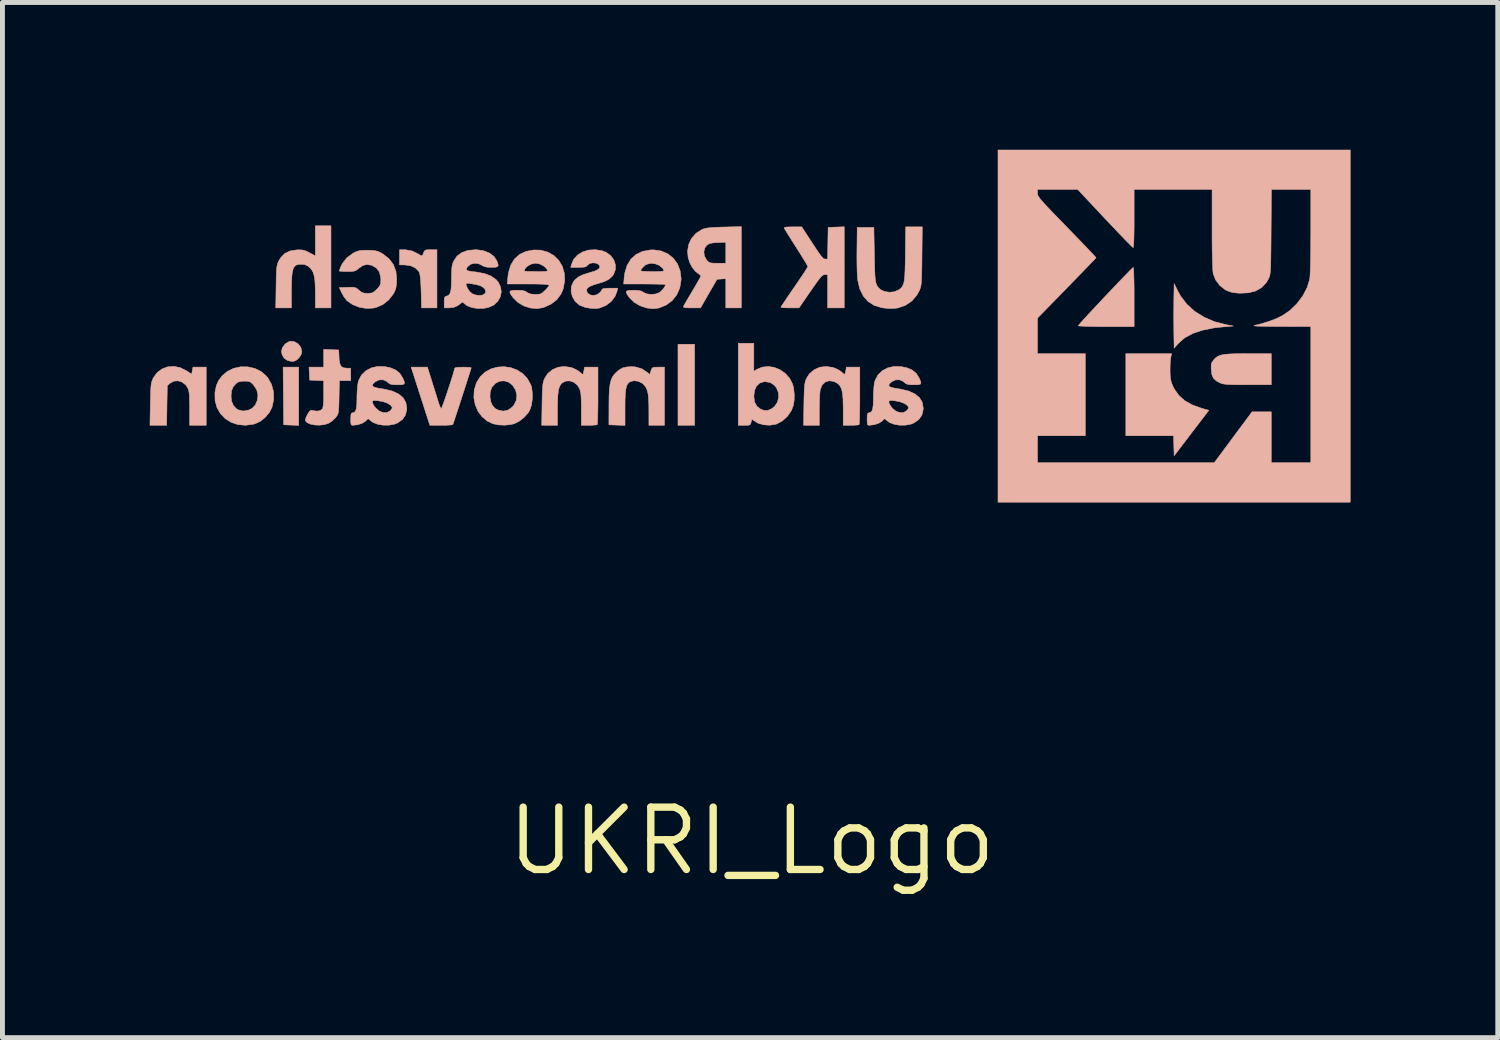
<source format=kicad_pcb>
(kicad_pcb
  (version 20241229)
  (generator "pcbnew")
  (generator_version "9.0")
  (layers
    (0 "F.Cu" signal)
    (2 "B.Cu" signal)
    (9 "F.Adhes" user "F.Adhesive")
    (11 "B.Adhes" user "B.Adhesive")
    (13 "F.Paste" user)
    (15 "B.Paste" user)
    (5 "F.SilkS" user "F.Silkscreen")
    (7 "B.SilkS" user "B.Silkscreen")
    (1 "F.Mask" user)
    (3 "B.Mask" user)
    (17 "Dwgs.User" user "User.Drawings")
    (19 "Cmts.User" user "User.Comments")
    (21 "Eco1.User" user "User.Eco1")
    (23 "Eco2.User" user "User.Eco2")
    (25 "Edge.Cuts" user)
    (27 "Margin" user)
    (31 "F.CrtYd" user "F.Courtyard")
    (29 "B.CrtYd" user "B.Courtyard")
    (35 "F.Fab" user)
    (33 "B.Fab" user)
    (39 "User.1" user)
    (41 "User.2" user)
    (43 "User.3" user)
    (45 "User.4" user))
  (footprint "UKRI_Logo"
    (layer "F.Cu")
    (at 12.264 3.582)
    (property "Reference" "UKRI_Logo" (at 0 10.5 0) (layer "F.SilkS") (effects (font (size 1.27 1.27) (thickness 0.15))))
    (attr through_hole)
    (fp_poly (pts (xy -1.503 2.032) (xy -1.164 2.032) (xy -1.164 0.381) (xy -1.503 0.381) (xy -1.503 2.032)) (stroke (width 0.01) (type solid)) (fill yes) (layer "B.SilkS"))
    (fp_poly (pts (xy -9.541 1.434) (xy -9.536 2.021) (xy -9.229 2.034) (xy -9.229 0.847) (xy -9.547 0.847) (xy -9.541 1.434)) (stroke (width 0.01) (type solid)) (fill yes) (layer "B.SilkS"))
    (fp_poly (pts (xy -9.436 0.331) (xy -9.492 0.366) (xy -9.508 0.379) (xy -9.562 0.45) (xy -9.58 0.526) (xy -9.566 0.6) (xy -9.525 0.664) (xy -9.461 0.71) (xy -9.378 0.73) (xy -9.319 0.725) (xy -9.267 0.699) (xy -9.215 0.647) (xy -9.177 0.585) (xy -9.165 0.537) (xy -9.184 0.448) (xy -9.237 0.376) (xy -9.313 0.33) (xy -9.388 0.318) (xy -9.436 0.331)) (stroke (width 0.01) (type solid)) (fill yes) (layer "B.SilkS"))
    (fp_poly (pts (xy 7.62 2.244) (xy 8.592 2.244) (xy 8.604 2.653) (xy 8.957 2.19) (xy 9.31 1.727) (xy 9.158 1.683) (xy 8.971 1.615) (xy 8.82 1.53) (xy 8.7 1.423) (xy 8.608 1.292) (xy 8.577 1.231) (xy 8.549 1.162) (xy 8.532 1.094) (xy 8.524 1.012) (xy 8.521 0.922) (xy 8.522 0.825) (xy 8.527 0.735) (xy 8.534 0.666) (xy 8.536 0.651) (xy 8.553 0.572) (xy 7.62 0.572) (xy 7.62 2.244)) (stroke (width 0.01) (type solid)) (fill yes) (layer "B.SilkS"))
    (fp_poly (pts (xy 8.598 -0.523) (xy 8.597 -0.371) (xy 8.596 -0.199) (xy 8.597 -0.027) (xy 8.598 0.125) (xy 8.598 0.135) (xy 8.604 0.46) (xy 8.696 0.357) (xy 8.819 0.25) (xy 8.979 0.163) (xy 9.176 0.096) (xy 9.411 0.048) (xy 9.61 0.026) (xy 9.811 0.009) (xy 9.664 -0.018) (xy 9.427 -0.079) (xy 9.213 -0.171) (xy 9.023 -0.29) (xy 8.862 -0.435) (xy 8.734 -0.604) (xy 8.685 -0.693) (xy 8.604 -0.855) (xy 8.598 -0.523)) (stroke (width 0.01) (type solid)) (fill yes) (layer "B.SilkS"))
    (fp_poly (pts (xy -6.609 -1.544) (xy -6.649 -1.536) (xy -6.67 -1.518) (xy -6.685 -1.482) (xy -6.685 -1.482) (xy -6.705 -1.435) (xy -6.727 -1.422) (xy -6.764 -1.439) (xy -6.791 -1.457) (xy -6.913 -1.518) (xy -7.052 -1.544) (xy -7.083 -1.545) (xy -7.176 -1.545) (xy -7.176 -1.237) (xy -7.061 -1.235) (xy -6.946 -1.218) (xy -6.851 -1.173) (xy -6.784 -1.105) (xy -6.773 -1.085) (xy -6.759 -1.032) (xy -6.747 -0.937) (xy -6.739 -0.801) (xy -6.735 -0.693) (xy -6.727 -0.36) (xy -6.413 -0.36) (xy -6.413 -1.545) (xy -6.538 -1.545) (xy -6.609 -1.544)) (stroke (width 0.01) (type solid)) (fill yes) (layer "B.SilkS"))
    (fp_poly (pts (xy 10.102 0.572) (xy 9.925 0.573) (xy 9.784 0.576) (xy 9.675 0.583) (xy 9.591 0.594) (xy 9.528 0.611) (xy 9.479 0.635) (xy 9.439 0.667) (xy 9.403 0.707) (xy 9.4 0.712) (xy 9.372 0.753) (xy 9.359 0.799) (xy 9.358 0.863) (xy 9.36 0.904) (xy 9.374 1.004) (xy 9.407 1.076) (xy 9.466 1.129) (xy 9.536 1.167) (xy 9.568 1.179) (xy 9.606 1.189) (xy 9.655 1.196) (xy 9.723 1.201) (xy 9.814 1.204) (xy 9.934 1.205) (xy 10.091 1.206) (xy 10.102 1.206) (xy 10.583 1.206) (xy 10.583 0.572) (xy 10.102 0.572)) (stroke (width 0.01) (type solid)) (fill yes) (layer "B.SilkS"))
    (fp_poly (pts (xy 7.754 -1.17) (xy 7.711 -1.129) (xy 7.648 -1.064) (xy 7.567 -0.981) (xy 7.473 -0.883) (xy 7.369 -0.774) (xy 7.26 -0.659) (xy 7.149 -0.542) (xy 7.041 -0.426) (xy 6.938 -0.316) (xy 6.845 -0.216) (xy 6.766 -0.13) (xy 6.705 -0.062) (xy 6.665 -0.016) (xy 6.65 0.003) (xy 6.668 0.008) (xy 6.724 0.012) (xy 6.811 0.016) (xy 6.926 0.019) (xy 7.062 0.021) (xy 7.216 0.021) (xy 7.789 0.021) (xy 7.789 -0.582) (xy 7.789 -0.737) (xy 7.787 -0.877) (xy 7.784 -0.997) (xy 7.781 -1.092) (xy 7.777 -1.156) (xy 7.772 -1.184) (xy 7.771 -1.185) (xy 7.754 -1.17)) (stroke (width 0.01) (type solid)) (fill yes) (layer "B.SilkS"))
    (fp_poly (pts (xy -11.897 0.84) (xy -12.013 0.883) (xy -12.113 0.958) (xy -12.19 1.064) (xy -12.194 1.073) (xy -12.211 1.11) (xy -12.224 1.148) (xy -12.233 1.192) (xy -12.24 1.251) (xy -12.245 1.33) (xy -12.248 1.436) (xy -12.251 1.577) (xy -12.252 1.603) (xy -12.259 2.032) (xy -11.919 2.032) (xy -11.913 1.628) (xy -11.906 1.224) (xy -11.847 1.173) (xy -11.77 1.132) (xy -11.685 1.126) (xy -11.601 1.154) (xy -11.529 1.211) (xy -11.487 1.276) (xy -11.472 1.314) (xy -11.463 1.363) (xy -11.456 1.432) (xy -11.453 1.527) (xy -11.451 1.655) (xy -11.451 1.691) (xy -11.451 2.032) (xy -11.113 2.032) (xy -11.113 0.847) (xy -11.383 0.847) (xy -11.397 0.919) (xy -11.41 0.991) (xy -11.514 0.921) (xy -11.64 0.858) (xy -11.77 0.831) (xy -11.897 0.84)) (stroke (width 0.01) (type solid)) (fill yes) (layer "B.SilkS"))
    (fp_poly (pts (xy -8.89 -1.42) (xy -9.012 -1.485) (xy -9.086 -1.521) (xy -9.148 -1.539) (xy -9.216 -1.543) (xy -9.273 -1.541) (xy -9.408 -1.519) (xy -9.514 -1.468) (xy -9.595 -1.384) (xy -9.634 -1.319) (xy -9.651 -1.282) (xy -9.664 -1.245) (xy -9.673 -1.201) (xy -9.68 -1.144) (xy -9.684 -1.066) (xy -9.687 -0.962) (xy -9.69 -0.823) (xy -9.69 -0.788) (xy -9.697 -0.36) (xy -9.377 -0.36) (xy -9.377 -0.683) (xy -9.375 -0.853) (xy -9.37 -0.986) (xy -9.359 -1.086) (xy -9.341 -1.158) (xy -9.314 -1.205) (xy -9.277 -1.233) (xy -9.229 -1.246) (xy -9.176 -1.249) (xy -9.102 -1.241) (xy -9.041 -1.211) (xy -9.009 -1.185) (xy -8.967 -1.139) (xy -8.935 -1.083) (xy -8.913 -1.009) (xy -8.899 -0.912) (xy -8.892 -0.785) (xy -8.89 -0.634) (xy -8.89 -0.36) (xy -8.572 -0.36) (xy -8.572 -2.032) (xy -8.89 -2.032) (xy -8.89 -1.42)) (stroke (width 0.01) (type solid)) (fill yes) (layer "B.SilkS"))
    (fp_poly (pts (xy -2.542 0.842) (xy -2.624 0.86) (xy -2.694 0.898) (xy -2.751 0.944) (xy -2.801 0.994) (xy -2.839 1.049) (xy -2.867 1.114) (xy -2.887 1.196) (xy -2.9 1.3) (xy -2.907 1.433) (xy -2.909 1.601) (xy -2.909 1.63) (xy -2.91 2.021) (xy -2.582 2.034) (xy -2.582 1.672) (xy -2.581 1.512) (xy -2.575 1.389) (xy -2.565 1.297) (xy -2.549 1.231) (xy -2.526 1.185) (xy -2.494 1.154) (xy -2.475 1.142) (xy -2.4 1.124) (xy -2.315 1.134) (xy -2.236 1.171) (xy -2.197 1.204) (xy -2.16 1.253) (xy -2.133 1.31) (xy -2.114 1.382) (xy -2.103 1.475) (xy -2.097 1.598) (xy -2.096 1.73) (xy -2.095 2.032) (xy -1.778 2.032) (xy -1.778 0.847) (xy -1.903 0.847) (xy -1.973 0.848) (xy -2.013 0.855) (xy -2.035 0.874) (xy -2.05 0.912) (xy -2.054 0.922) (xy -2.079 0.998) (xy -2.124 0.957) (xy -2.238 0.881) (xy -2.37 0.842) (xy -2.434 0.837) (xy -2.542 0.842)) (stroke (width 0.01) (type solid)) (fill yes) (layer "B.SilkS"))
    (fp_poly (pts (xy -8.721 0.847) (xy -9.019 0.847) (xy -9.013 0.979) (xy -9.006 1.111) (xy -8.864 1.118) (xy -8.721 1.124) (xy -8.721 1.394) (xy -8.722 1.524) (xy -8.728 1.617) (xy -8.738 1.676) (xy -8.749 1.703) (xy -8.795 1.733) (xy -8.863 1.743) (xy -8.94 1.731) (xy -8.947 1.729) (xy -8.977 1.724) (xy -9.004 1.742) (xy -9.036 1.787) (xy -9.049 1.809) (xy -9.079 1.87) (xy -9.094 1.919) (xy -9.094 1.938) (xy -9.057 1.978) (xy -8.99 2.008) (xy -8.903 2.025) (xy -8.806 2.029) (xy -8.709 2.018) (xy -8.623 1.992) (xy -8.623 1.992) (xy -8.554 1.948) (xy -8.489 1.889) (xy -8.475 1.872) (xy -8.452 1.841) (xy -8.435 1.812) (xy -8.424 1.777) (xy -8.417 1.729) (xy -8.412 1.661) (xy -8.409 1.564) (xy -8.407 1.457) (xy -8.4 1.122) (xy -8.17 1.122) (xy -8.17 0.868) (xy -8.252 0.868) (xy -8.319 0.86) (xy -8.364 0.831) (xy -8.391 0.777) (xy -8.405 0.689) (xy -8.407 0.645) (xy -8.414 0.497) (xy -8.567 0.491) (xy -8.721 0.485) (xy -8.721 0.847)) (stroke (width 0.01) (type solid)) (fill yes) (layer "B.SilkS"))
    (fp_poly (pts (xy -6.849 1.127) (xy -6.807 1.257) (xy -6.758 1.41) (xy -6.707 1.566) (xy -6.662 1.708) (xy -6.658 1.72) (xy -6.557 2.032) (xy -6.328 2.032) (xy -6.234 2.031) (xy -6.157 2.027) (xy -6.106 2.021) (xy -6.09 2.016) (xy -6.081 1.992) (xy -6.061 1.934) (xy -6.033 1.849) (xy -5.998 1.743) (xy -5.958 1.621) (xy -5.916 1.491) (xy -5.873 1.358) (xy -5.831 1.229) (xy -5.793 1.11) (xy -5.76 1.007) (xy -5.735 0.927) (xy -5.719 0.876) (xy -5.715 0.859) (xy -5.734 0.853) (xy -5.786 0.849) (xy -5.86 0.847) (xy -5.884 0.847) (xy -5.982 0.85) (xy -6.038 0.858) (xy -6.054 0.871) (xy -6.06 0.902) (xy -6.077 0.964) (xy -6.103 1.049) (xy -6.135 1.15) (xy -6.171 1.26) (xy -6.207 1.371) (xy -6.243 1.476) (xy -6.275 1.568) (xy -6.302 1.64) (xy -6.32 1.683) (xy -6.326 1.693) (xy -6.34 1.675) (xy -6.361 1.627) (xy -6.38 1.572) (xy -6.4 1.506) (xy -6.429 1.412) (xy -6.465 1.3) (xy -6.502 1.182) (xy -6.512 1.148) (xy -6.607 0.847) (xy -6.939 0.847) (xy -6.849 1.127)) (stroke (width 0.01) (type solid)) (fill yes) (layer "B.SilkS"))
    (fp_poly (pts (xy -5.177 0.845) (xy -5.308 0.881) (xy -5.427 0.945) (xy -5.528 1.037) (xy -5.605 1.158) (xy -5.61 1.169) (xy -5.654 1.316) (xy -5.661 1.464) (xy -5.635 1.609) (xy -5.579 1.742) (xy -5.494 1.857) (xy -5.384 1.948) (xy -5.276 1.999) (xy -5.164 2.023) (xy -5.035 2.029) (xy -4.91 2.017) (xy -4.834 1.998) (xy -4.73 1.944) (xy -4.63 1.863) (xy -4.549 1.768) (xy -4.525 1.728) (xy -4.49 1.628) (xy -4.471 1.505) (xy -4.469 1.417) (xy -4.786 1.417) (xy -4.797 1.524) (xy -4.846 1.622) (xy -4.879 1.66) (xy -4.966 1.722) (xy -5.062 1.743) (xy -5.164 1.722) (xy -5.224 1.691) (xy -5.28 1.634) (xy -5.317 1.55) (xy -5.333 1.452) (xy -5.328 1.353) (xy -5.298 1.265) (xy -5.293 1.255) (xy -5.224 1.178) (xy -5.138 1.134) (xy -5.044 1.126) (xy -4.952 1.154) (xy -4.875 1.214) (xy -4.812 1.311) (xy -4.786 1.417) (xy -4.469 1.417) (xy -4.469 1.377) (xy -4.484 1.26) (xy -4.498 1.213) (xy -4.568 1.084) (xy -4.663 0.981) (xy -4.778 0.906) (xy -4.906 0.858) (xy -5.041 0.838) (xy -5.177 0.845)) (stroke (width 0.01) (type solid)) (fill yes) (layer "B.SilkS"))
    (fp_poly (pts (xy -10.554 0.871) (xy -10.683 0.933) (xy -10.786 1.021) (xy -10.86 1.117) (xy -10.906 1.22) (xy -10.932 1.344) (xy -10.936 1.372) (xy -10.933 1.529) (xy -10.894 1.671) (xy -10.824 1.794) (xy -10.727 1.895) (xy -10.607 1.97) (xy -10.468 2.017) (xy -10.316 2.031) (xy -10.154 2.01) (xy -10.11 1.997) (xy -10.006 1.947) (xy -9.908 1.867) (xy -9.825 1.767) (xy -9.772 1.662) (xy -9.739 1.505) (xy -9.741 1.418) (xy -10.059 1.418) (xy -10.073 1.524) (xy -10.115 1.621) (xy -10.177 1.686) (xy -10.252 1.723) (xy -10.359 1.741) (xy -10.458 1.718) (xy -10.494 1.698) (xy -10.558 1.632) (xy -10.597 1.538) (xy -10.607 1.443) (xy -10.599 1.336) (xy -10.567 1.254) (xy -10.51 1.185) (xy -10.465 1.152) (xy -10.413 1.137) (xy -10.337 1.132) (xy -10.337 1.132) (xy -10.266 1.135) (xy -10.219 1.148) (xy -10.179 1.179) (xy -10.149 1.21) (xy -10.084 1.309) (xy -10.059 1.418) (xy -9.741 1.418) (xy -9.743 1.348) (xy -9.783 1.198) (xy -9.858 1.065) (xy -9.886 1.031) (xy -9.995 0.936) (xy -10.125 0.873) (xy -10.267 0.841) (xy -10.413 0.84) (xy -10.554 0.871)) (stroke (width 0.01) (type solid)) (fill yes) (layer "B.SilkS"))
    (fp_poly (pts (xy -0.275 2.032) (xy -0.151 2.032) (xy -0.081 2.031) (xy -0.043 2.024) (xy -0.024 2.006) (xy -0.014 1.971) (xy -0.013 1.965) (xy -0.002 1.922) (xy 0.013 1.913) (xy 0.038 1.933) (xy 0.128 1.989) (xy 0.241 2.021) (xy 0.364 2.03) (xy 0.485 2.011) (xy 0.511 2.003) (xy 0.626 1.941) (xy 0.727 1.847) (xy 0.806 1.733) (xy 0.846 1.632) (xy 0.864 1.523) (xy 0.865 1.464) (xy 0.548 1.464) (xy 0.522 1.562) (xy 0.467 1.646) (xy 0.401 1.697) (xy 0.325 1.729) (xy 0.259 1.731) (xy 0.183 1.704) (xy 0.182 1.704) (xy 0.105 1.645) (xy 0.058 1.557) (xy 0.042 1.441) (xy 0.042 1.44) (xy 0.057 1.322) (xy 0.098 1.231) (xy 0.164 1.171) (xy 0.251 1.144) (xy 0.275 1.143) (xy 0.376 1.16) (xy 0.457 1.213) (xy 0.502 1.268) (xy 0.542 1.362) (xy 0.548 1.464) (xy 0.865 1.464) (xy 0.866 1.395) (xy 0.852 1.271) (xy 0.833 1.195) (xy 0.773 1.076) (xy 0.685 0.977) (xy 0.578 0.901) (xy 0.459 0.852) (xy 0.334 0.833) (xy 0.212 0.847) (xy 0.11 0.889) (xy 0.042 0.931) (xy 0.042 0.36) (xy -0.275 0.36) (xy -0.275 2.032)) (stroke (width 0.01) (type solid)) (fill yes) (layer "B.SilkS"))
    (fp_poly (pts (xy 1.386 0.849) (xy 1.271 0.9) (xy 1.175 0.981) (xy 1.114 1.077) (xy 1.098 1.115) (xy 1.087 1.155) (xy 1.078 1.204) (xy 1.072 1.27) (xy 1.068 1.358) (xy 1.064 1.477) (xy 1.062 1.603) (xy 1.055 2.032) (xy 1.376 2.032) (xy 1.376 1.709) (xy 1.378 1.589) (xy 1.381 1.477) (xy 1.387 1.383) (xy 1.393 1.318) (xy 1.396 1.302) (xy 1.435 1.21) (xy 1.498 1.15) (xy 1.578 1.125) (xy 1.668 1.137) (xy 1.726 1.165) (xy 1.773 1.2) (xy 1.808 1.246) (xy 1.833 1.306) (xy 1.85 1.389) (xy 1.859 1.499) (xy 1.862 1.644) (xy 1.863 1.704) (xy 1.863 2.032) (xy 2.018 2.032) (xy 2.095 2.03) (xy 2.155 2.025) (xy 2.186 2.019) (xy 2.187 2.018) (xy 2.191 1.994) (xy 2.194 1.933) (xy 2.197 1.841) (xy 2.199 1.724) (xy 2.201 1.586) (xy 2.201 1.434) (xy 2.201 1.425) (xy 2.201 0.847) (xy 1.928 0.847) (xy 1.914 0.921) (xy 1.903 0.97) (xy 1.893 0.994) (xy 1.891 0.995) (xy 1.871 0.982) (xy 1.834 0.95) (xy 1.825 0.941) (xy 1.771 0.905) (xy 1.697 0.869) (xy 1.651 0.853) (xy 1.515 0.833) (xy 1.386 0.849)) (stroke (width 0.01) (type solid)) (fill yes) (layer "B.SilkS"))
    (fp_poly (pts (xy -3.948 0.849) (xy -4.063 0.9) (xy -4.159 0.981) (xy -4.22 1.077) (xy -4.236 1.115) (xy -4.247 1.155) (xy -4.256 1.204) (xy -4.262 1.27) (xy -4.266 1.358) (xy -4.27 1.477) (xy -4.272 1.603) (xy -4.279 2.032) (xy -3.958 2.032) (xy -3.958 1.709) (xy -3.956 1.549) (xy -3.95 1.426) (xy -3.94 1.333) (xy -3.924 1.264) (xy -3.901 1.214) (xy -3.871 1.177) (xy -3.863 1.169) (xy -3.789 1.131) (xy -3.706 1.127) (xy -3.625 1.155) (xy -3.554 1.212) (xy -3.511 1.279) (xy -3.496 1.32) (xy -3.485 1.368) (xy -3.478 1.431) (xy -3.474 1.517) (xy -3.472 1.634) (xy -3.472 1.699) (xy -3.471 2.032) (xy -3.316 2.032) (xy -3.239 2.03) (xy -3.179 2.025) (xy -3.148 2.019) (xy -3.147 2.018) (xy -3.143 1.994) (xy -3.14 1.933) (xy -3.137 1.841) (xy -3.135 1.724) (xy -3.133 1.586) (xy -3.133 1.434) (xy -3.133 1.425) (xy -3.133 0.847) (xy -3.406 0.847) (xy -3.42 0.921) (xy -3.431 0.97) (xy -3.441 0.994) (xy -3.443 0.995) (xy -3.463 0.982) (xy -3.5 0.95) (xy -3.509 0.941) (xy -3.563 0.905) (xy -3.637 0.869) (xy -3.683 0.853) (xy -3.819 0.833) (xy -3.948 0.849)) (stroke (width 0.01) (type solid)) (fill yes) (layer "B.SilkS"))
    (fp_poly (pts (xy 1.72 -2.006) (xy 1.556 -2) (xy 1.55 -1.677) (xy 1.544 -1.355) (xy 1.494 -1.355) (xy 1.472 -1.36) (xy 1.446 -1.38) (xy 1.412 -1.419) (xy 1.366 -1.481) (xy 1.305 -1.571) (xy 1.231 -1.683) (xy 1.018 -2.011) (xy 0.835 -2.011) (xy 0.744 -2.009) (xy 0.689 -2.005) (xy 0.664 -1.995) (xy 0.662 -1.983) (xy 0.677 -1.957) (xy 0.71 -1.902) (xy 0.76 -1.822) (xy 0.821 -1.725) (xy 0.891 -1.615) (xy 0.908 -1.588) (xy 0.979 -1.477) (xy 1.041 -1.377) (xy 1.091 -1.295) (xy 1.126 -1.235) (xy 1.142 -1.204) (xy 1.143 -1.202) (xy 1.131 -1.179) (xy 1.099 -1.128) (xy 1.049 -1.051) (xy 0.985 -0.956) (xy 0.911 -0.847) (xy 0.868 -0.784) (xy 0.789 -0.67) (xy 0.719 -0.567) (xy 0.662 -0.481) (xy 0.619 -0.417) (xy 0.596 -0.38) (xy 0.593 -0.373) (xy 0.612 -0.367) (xy 0.665 -0.363) (xy 0.74 -0.36) (xy 0.778 -0.36) (xy 0.963 -0.36) (xy 1.196 -0.699) (xy 1.278 -0.817) (xy 1.34 -0.904) (xy 1.387 -0.965) (xy 1.422 -1.004) (xy 1.45 -1.026) (xy 1.473 -1.036) (xy 1.487 -1.037) (xy 1.545 -1.037) (xy 1.545 -0.36) (xy 1.884 -0.36) (xy 1.884 -2.013) (xy 1.72 -2.006)) (stroke (width 0.01) (type solid)) (fill yes) (layer "B.SilkS"))
    (fp_poly (pts (xy -0.566 -2.007) (xy -0.704 -2.003) (xy -0.807 -1.998) (xy -0.883 -1.99) (xy -0.941 -1.981) (xy -0.987 -1.967) (xy -1.016 -1.955) (xy -1.136 -1.879) (xy -1.226 -1.776) (xy -1.285 -1.652) (xy -1.308 -1.514) (xy -1.296 -1.384) (xy -1.264 -1.283) (xy -1.213 -1.186) (xy -1.151 -1.107) (xy -1.092 -1.06) (xy -1.053 -1.032) (xy -1.037 -1.01) (xy -1.048 -0.986) (xy -1.076 -0.933) (xy -1.12 -0.856) (xy -1.173 -0.764) (xy -1.206 -0.71) (xy -1.265 -0.61) (xy -1.318 -0.522) (xy -1.358 -0.451) (xy -1.383 -0.406) (xy -1.388 -0.395) (xy -1.39 -0.378) (xy -1.375 -0.367) (xy -1.335 -0.362) (xy -1.263 -0.36) (xy -1.222 -0.36) (xy -1.043 -0.36) (xy -0.876 -0.651) (xy -0.708 -0.942) (xy -0.529 -0.955) (xy -0.529 -0.36) (xy -0.212 -0.36) (xy -0.212 -1.27) (xy -0.529 -1.27) (xy -0.697 -1.27) (xy -0.781 -1.271) (xy -0.835 -1.276) (xy -0.871 -1.289) (xy -0.899 -1.312) (xy -0.919 -1.335) (xy -0.964 -1.415) (xy -0.976 -1.502) (xy -0.955 -1.583) (xy -0.919 -1.631) (xy -0.884 -1.658) (xy -0.842 -1.675) (xy -0.781 -1.685) (xy -0.697 -1.69) (xy -0.529 -1.698) (xy -0.529 -1.27) (xy -0.212 -1.27) (xy -0.212 -2.016) (xy -0.566 -2.007)) (stroke (width 0.01) (type solid)) (fill yes) (layer "B.SilkS"))
    (fp_poly (pts (xy 3.129 -1.455) (xy 3.126 -1.272) (xy 3.122 -1.125) (xy 3.117 -1.011) (xy 3.108 -0.924) (xy 3.095 -0.86) (xy 3.077 -0.812) (xy 3.053 -0.776) (xy 3.021 -0.747) (xy 2.981 -0.72) (xy 2.978 -0.718) (xy 2.897 -0.687) (xy 2.802 -0.679) (xy 2.707 -0.694) (xy 2.629 -0.729) (xy 2.612 -0.742) (xy 2.582 -0.772) (xy 2.558 -0.801) (xy 2.54 -0.834) (xy 2.527 -0.878) (xy 2.517 -0.937) (xy 2.51 -1.018) (xy 2.505 -1.124) (xy 2.501 -1.262) (xy 2.498 -1.437) (xy 2.498 -1.439) (xy 2.487 -2) (xy 2.148 -2) (xy 2.143 -1.535) (xy 2.142 -1.388) (xy 2.143 -1.245) (xy 2.146 -1.116) (xy 2.151 -1.009) (xy 2.157 -0.934) (xy 2.159 -0.921) (xy 2.201 -0.745) (xy 2.271 -0.602) (xy 2.368 -0.491) (xy 2.492 -0.412) (xy 2.646 -0.364) (xy 2.762 -0.349) (xy 2.85 -0.348) (xy 2.935 -0.353) (xy 2.977 -0.359) (xy 3.13 -0.412) (xy 3.26 -0.5) (xy 3.363 -0.62) (xy 3.412 -0.709) (xy 3.426 -0.742) (xy 3.438 -0.775) (xy 3.446 -0.813) (xy 3.453 -0.862) (xy 3.458 -0.927) (xy 3.461 -1.014) (xy 3.464 -1.129) (xy 3.466 -1.276) (xy 3.467 -1.413) (xy 3.474 -2.011) (xy 3.135 -2.011) (xy 3.129 -1.455)) (stroke (width 0.01) (type solid)) (fill yes) (layer "B.SilkS"))
    (fp_poly (pts (xy -3.324 -1.538) (xy -3.447 -1.5) (xy -3.551 -1.435) (xy -3.629 -1.347) (xy -3.673 -1.244) (xy -3.688 -1.185) (xy -3.532 -1.185) (xy -3.447 -1.187) (xy -3.395 -1.194) (xy -3.365 -1.208) (xy -3.351 -1.225) (xy -3.307 -1.262) (xy -3.245 -1.277) (xy -3.179 -1.273) (xy -3.124 -1.249) (xy -3.097 -1.216) (xy -3.098 -1.176) (xy -3.134 -1.141) (xy -3.208 -1.107) (xy -3.298 -1.08) (xy -3.429 -1.04) (xy -3.526 -0.994) (xy -3.597 -0.938) (xy -3.635 -0.89) (xy -3.675 -0.795) (xy -3.681 -0.691) (xy -3.654 -0.588) (xy -3.599 -0.495) (xy -3.517 -0.422) (xy -3.49 -0.407) (xy -3.389 -0.37) (xy -3.271 -0.349) (xy -3.158 -0.348) (xy -3.099 -0.357) (xy -2.969 -0.41) (xy -2.861 -0.493) (xy -2.783 -0.599) (xy -2.743 -0.704) (xy -2.73 -0.762) (xy -2.889 -0.762) (xy -2.973 -0.759) (xy -3.029 -0.751) (xy -3.048 -0.74) (xy -3.062 -0.711) (xy -3.095 -0.67) (xy -3.1 -0.666) (xy -3.16 -0.627) (xy -3.228 -0.614) (xy -3.292 -0.625) (xy -3.341 -0.657) (xy -3.365 -0.709) (xy -3.365 -0.721) (xy -3.352 -0.759) (xy -3.307 -0.794) (xy -3.228 -0.827) (xy -3.131 -0.856) (xy -3.001 -0.897) (xy -2.906 -0.946) (xy -2.839 -1.008) (xy -2.815 -1.042) (xy -2.778 -1.14) (xy -2.778 -1.241) (xy -2.811 -1.339) (xy -2.875 -1.425) (xy -2.964 -1.491) (xy -3.043 -1.523) (xy -3.187 -1.546) (xy -3.324 -1.538)) (stroke (width 0.01) (type solid)) (fill yes) (layer "B.SilkS"))
    (fp_poly (pts (xy -7.926 -1.533) (xy -7.993 -1.526) (xy -8.049 -1.51) (xy -8.107 -1.482) (xy -8.123 -1.473) (xy -8.247 -1.382) (xy -8.339 -1.265) (xy -8.373 -1.197) (xy -8.392 -1.146) (xy -8.403 -1.115) (xy -8.403 -1.112) (xy -8.384 -1.107) (xy -8.332 -1.103) (xy -8.259 -1.101) (xy -8.242 -1.101) (xy -8.157 -1.102) (xy -8.101 -1.109) (xy -8.061 -1.124) (xy -8.022 -1.152) (xy -8.009 -1.164) (xy -7.924 -1.223) (xy -7.843 -1.244) (xy -7.753 -1.23) (xy -7.738 -1.226) (xy -7.647 -1.174) (xy -7.587 -1.094) (xy -7.559 -0.986) (xy -7.556 -0.936) (xy -7.559 -0.865) (xy -7.574 -0.817) (xy -7.607 -0.771) (xy -7.639 -0.738) (xy -7.692 -0.689) (xy -7.737 -0.665) (xy -7.793 -0.657) (xy -7.827 -0.656) (xy -7.9 -0.661) (xy -7.952 -0.681) (xy -8.002 -0.72) (xy -8.039 -0.753) (xy -8.073 -0.771) (xy -8.116 -0.78) (xy -8.18 -0.78) (xy -8.237 -0.779) (xy -8.402 -0.773) (xy -8.353 -0.667) (xy -8.312 -0.594) (xy -8.264 -0.528) (xy -8.242 -0.504) (xy -8.13 -0.426) (xy -7.995 -0.373) (xy -7.85 -0.349) (xy -7.708 -0.356) (xy -7.658 -0.367) (xy -7.516 -0.428) (xy -7.394 -0.524) (xy -7.299 -0.647) (xy -7.259 -0.73) (xy -7.246 -0.784) (xy -7.237 -0.862) (xy -7.233 -0.945) (xy -7.249 -1.106) (xy -7.301 -1.244) (xy -7.39 -1.361) (xy -7.516 -1.46) (xy -7.565 -1.488) (xy -7.621 -1.513) (xy -7.684 -1.527) (xy -7.767 -1.533) (xy -7.832 -1.534) (xy -7.926 -1.533)) (stroke (width 0.01) (type solid)) (fill yes) (layer "B.SilkS"))
    (fp_poly (pts (xy -4.6 -1.511) (xy -4.731 -1.449) (xy -4.835 -1.355) (xy -4.91 -1.231) (xy -4.956 -1.077) (xy -4.968 -0.99) (xy -4.98 -0.847) (xy -4.554 -0.847) (xy -4.393 -0.846) (xy -4.273 -0.843) (xy -4.19 -0.838) (xy -4.142 -0.832) (xy -4.128 -0.823) (xy -4.141 -0.796) (xy -4.177 -0.751) (xy -4.21 -0.717) (xy -4.262 -0.669) (xy -4.307 -0.644) (xy -4.362 -0.636) (xy -4.408 -0.635) (xy -4.497 -0.642) (xy -4.56 -0.665) (xy -4.578 -0.677) (xy -4.619 -0.702) (xy -4.674 -0.715) (xy -4.755 -0.719) (xy -4.782 -0.72) (xy -4.869 -0.717) (xy -4.918 -0.705) (xy -4.929 -0.678) (xy -4.908 -0.632) (xy -4.862 -0.568) (xy -4.766 -0.473) (xy -4.645 -0.401) (xy -4.511 -0.358) (xy -4.374 -0.345) (xy -4.244 -0.367) (xy -4.244 -0.367) (xy -4.09 -0.436) (xy -3.969 -0.53) (xy -3.882 -0.649) (xy -3.841 -0.749) (xy -3.811 -0.913) (xy -3.818 -1.067) (xy -3.836 -1.126) (xy -4.162 -1.126) (xy -4.165 -1.113) (xy -4.186 -1.106) (xy -4.231 -1.102) (xy -4.307 -1.101) (xy -4.391 -1.101) (xy -4.487 -1.102) (xy -4.566 -1.104) (xy -4.618 -1.108) (xy -4.636 -1.113) (xy -4.616 -1.165) (xy -4.566 -1.213) (xy -4.496 -1.251) (xy -4.418 -1.269) (xy -4.398 -1.27) (xy -4.321 -1.255) (xy -4.243 -1.216) (xy -4.184 -1.164) (xy -4.17 -1.144) (xy -4.162 -1.126) (xy -3.836 -1.126) (xy -3.859 -1.207) (xy -3.931 -1.328) (xy -4.03 -1.426) (xy -4.153 -1.496) (xy -4.297 -1.536) (xy -4.443 -1.54) (xy -4.6 -1.511)) (stroke (width 0.01) (type solid)) (fill yes) (layer "B.SilkS"))
    (fp_poly (pts (xy -2.072 -1.54) (xy -2.227 -1.511) (xy -2.358 -1.448) (xy -2.463 -1.352) (xy -2.539 -1.227) (xy -2.586 -1.073) (xy -2.599 -0.98) (xy -2.609 -0.847) (xy -2.183 -0.847) (xy -2.054 -0.846) (xy -1.941 -0.844) (xy -1.849 -0.842) (xy -1.786 -0.839) (xy -1.758 -0.835) (xy -1.757 -0.834) (xy -1.771 -0.794) (xy -1.807 -0.743) (xy -1.852 -0.695) (xy -1.885 -0.67) (xy -1.96 -0.643) (xy -2.051 -0.635) (xy -2.138 -0.646) (xy -2.206 -0.676) (xy -2.207 -0.677) (xy -2.248 -0.702) (xy -2.303 -0.715) (xy -2.384 -0.719) (xy -2.411 -0.72) (xy -2.499 -0.717) (xy -2.547 -0.705) (xy -2.559 -0.678) (xy -2.537 -0.632) (xy -2.492 -0.568) (xy -2.397 -0.475) (xy -2.277 -0.404) (xy -2.142 -0.358) (xy -2.006 -0.343) (xy -1.894 -0.357) (xy -1.745 -0.417) (xy -1.622 -0.508) (xy -1.528 -0.627) (xy -1.466 -0.767) (xy -1.44 -0.925) (xy -1.439 -0.953) (xy -1.458 -1.113) (xy -1.463 -1.126) (xy -1.791 -1.126) (xy -1.794 -1.113) (xy -1.815 -1.106) (xy -1.86 -1.102) (xy -1.936 -1.101) (xy -2.021 -1.101) (xy -2.117 -1.102) (xy -2.195 -1.105) (xy -2.247 -1.111) (xy -2.264 -1.117) (xy -2.249 -1.15) (xy -2.211 -1.194) (xy -2.166 -1.233) (xy -2.145 -1.246) (xy -2.062 -1.268) (xy -1.97 -1.259) (xy -1.884 -1.226) (xy -1.818 -1.171) (xy -1.8 -1.144) (xy -1.791 -1.126) (xy -1.463 -1.126) (xy -1.512 -1.254) (xy -1.597 -1.371) (xy -1.709 -1.46) (xy -1.845 -1.519) (xy -2 -1.542) (xy -2.072 -1.54)) (stroke (width 0.01) (type solid)) (fill yes) (layer "B.SilkS"))
    (fp_poly (pts (xy -5.783 -1.531) (xy -5.908 -1.487) (xy -6.005 -1.414) (xy -6.074 -1.309) (xy -6.077 -1.303) (xy -6.096 -1.252) (xy -6.108 -1.19) (xy -6.114 -1.107) (xy -6.117 -0.993) (xy -6.117 -0.97) (xy -6.119 -0.837) (xy -6.126 -0.74) (xy -6.14 -0.673) (xy -6.161 -0.631) (xy -6.192 -0.608) (xy -6.212 -0.602) (xy -6.243 -0.59) (xy -6.259 -0.567) (xy -6.265 -0.521) (xy -6.265 -0.474) (xy -6.265 -0.36) (xy -6.169 -0.36) (xy -6.068 -0.371) (xy -5.986 -0.408) (xy -5.935 -0.448) (xy -5.901 -0.474) (xy -5.879 -0.471) (xy -5.863 -0.454) (xy -5.795 -0.402) (xy -5.699 -0.366) (xy -5.585 -0.348) (xy -5.464 -0.35) (xy -5.367 -0.368) (xy -5.257 -0.417) (xy -5.176 -0.491) (xy -5.124 -0.582) (xy -5.103 -0.683) (xy -5.103 -0.685) (xy -5.419 -0.685) (xy -5.439 -0.647) (xy -5.489 -0.621) (xy -5.552 -0.614) (xy -5.624 -0.623) (xy -5.69 -0.647) (xy -5.696 -0.65) (xy -5.746 -0.694) (xy -5.79 -0.757) (xy -5.817 -0.821) (xy -5.821 -0.846) (xy -5.803 -0.862) (xy -5.763 -0.86) (xy -5.703 -0.85) (xy -5.63 -0.838) (xy -5.615 -0.835) (xy -5.529 -0.812) (xy -5.466 -0.774) (xy -5.429 -0.73) (xy -5.419 -0.685) (xy -5.103 -0.685) (xy -5.116 -0.786) (xy -5.164 -0.884) (xy -5.209 -0.936) (xy -5.31 -1.008) (xy -5.443 -1.059) (xy -5.609 -1.09) (xy -5.644 -1.094) (xy -5.737 -1.105) (xy -5.791 -1.119) (xy -5.813 -1.139) (xy -5.807 -1.17) (xy -5.787 -1.2) (xy -5.726 -1.249) (xy -5.647 -1.269) (xy -5.564 -1.26) (xy -5.501 -1.229) (xy -5.452 -1.203) (xy -5.39 -1.189) (xy -5.303 -1.185) (xy -5.222 -1.188) (xy -5.178 -1.2) (xy -5.165 -1.228) (xy -5.178 -1.28) (xy -5.194 -1.321) (xy -5.253 -1.409) (xy -5.345 -1.478) (xy -5.462 -1.524) (xy -5.599 -1.544) (xy -5.628 -1.545) (xy -5.783 -1.531)) (stroke (width 0.01) (type solid)) (fill yes) (layer "B.SilkS"))
    (fp_poly (pts (xy -7.749 0.861) (xy -7.861 0.92) (xy -7.949 1.006) (xy -8.007 1.115) (xy -8.019 1.16) (xy -8.03 1.231) (xy -8.038 1.328) (xy -8.043 1.436) (xy -8.043 1.492) (xy -8.046 1.611) (xy -8.056 1.694) (xy -8.075 1.746) (xy -8.105 1.772) (xy -8.14 1.778) (xy -8.158 1.789) (xy -8.167 1.828) (xy -8.17 1.901) (xy -8.17 1.905) (xy -8.169 1.976) (xy -8.163 2.014) (xy -8.148 2.029) (xy -8.123 2.031) (xy -8.026 2.02) (xy -7.936 1.991) (xy -7.87 1.949) (xy -7.86 1.939) (xy -7.827 1.905) (xy -7.805 1.901) (xy -7.786 1.92) (xy -7.717 1.973) (xy -7.621 2.01) (xy -7.508 2.029) (xy -7.391 2.029) (xy -7.28 2.009) (xy -7.217 1.984) (xy -7.118 1.915) (xy -7.055 1.826) (xy -7.029 1.716) (xy -7.027 1.683) (xy -7.028 1.677) (xy -7.324 1.677) (xy -7.337 1.702) (xy -7.368 1.738) (xy -7.43 1.772) (xy -7.506 1.773) (xy -7.585 1.743) (xy -7.657 1.684) (xy -7.698 1.63) (xy -7.723 1.58) (xy -7.726 1.564) (xy -7.723 1.538) (xy -7.707 1.527) (xy -7.668 1.526) (xy -7.608 1.532) (xy -7.503 1.552) (xy -7.415 1.584) (xy -7.354 1.624) (xy -7.325 1.668) (xy -7.324 1.677) (xy -7.028 1.677) (xy -7.046 1.567) (xy -7.102 1.47) (xy -7.195 1.393) (xy -7.326 1.333) (xy -7.495 1.293) (xy -7.542 1.286) (xy -7.644 1.268) (xy -7.706 1.248) (xy -7.729 1.222) (xy -7.716 1.188) (xy -7.67 1.145) (xy -7.592 1.107) (xy -7.509 1.105) (xy -7.434 1.138) (xy -7.417 1.154) (xy -7.383 1.182) (xy -7.344 1.198) (xy -7.288 1.205) (xy -7.217 1.206) (xy -7.134 1.205) (xy -7.088 1.195) (xy -7.073 1.17) (xy -7.085 1.124) (xy -7.109 1.069) (xy -7.168 0.975) (xy -7.25 0.907) (xy -7.36 0.86) (xy -7.475 0.836) (xy -7.618 0.832) (xy -7.749 0.861)) (stroke (width 0.01) (type solid)) (fill yes) (layer "B.SilkS"))
    (fp_poly (pts (xy 2.771 0.861) (xy 2.658 0.92) (xy 2.571 1.006) (xy 2.513 1.115) (xy 2.5 1.16) (xy 2.49 1.231) (xy 2.482 1.328) (xy 2.477 1.436) (xy 2.477 1.492) (xy 2.474 1.611) (xy 2.464 1.694) (xy 2.445 1.746) (xy 2.415 1.772) (xy 2.38 1.778) (xy 2.362 1.789) (xy 2.352 1.828) (xy 2.35 1.901) (xy 2.349 1.905) (xy 2.351 1.976) (xy 2.357 2.014) (xy 2.372 2.029) (xy 2.397 2.031) (xy 2.494 2.02) (xy 2.584 1.991) (xy 2.65 1.949) (xy 2.66 1.939) (xy 2.693 1.905) (xy 2.714 1.901) (xy 2.734 1.92) (xy 2.802 1.973) (xy 2.899 2.01) (xy 3.011 2.029) (xy 3.129 2.029) (xy 3.24 2.009) (xy 3.303 1.984) (xy 3.402 1.915) (xy 3.465 1.826) (xy 3.491 1.716) (xy 3.493 1.683) (xy 3.492 1.677) (xy 3.196 1.677) (xy 3.183 1.702) (xy 3.151 1.738) (xy 3.09 1.772) (xy 3.014 1.773) (xy 2.935 1.743) (xy 2.863 1.684) (xy 2.822 1.63) (xy 2.797 1.58) (xy 2.794 1.564) (xy 2.797 1.538) (xy 2.813 1.527) (xy 2.852 1.526) (xy 2.912 1.532) (xy 3.017 1.552) (xy 3.105 1.584) (xy 3.166 1.624) (xy 3.195 1.668) (xy 3.196 1.677) (xy 3.492 1.677) (xy 3.474 1.567) (xy 3.418 1.47) (xy 3.325 1.393) (xy 3.194 1.333) (xy 3.025 1.293) (xy 2.978 1.286) (xy 2.876 1.268) (xy 2.814 1.248) (xy 2.791 1.222) (xy 2.803 1.188) (xy 2.85 1.145) (xy 2.928 1.107) (xy 3.011 1.105) (xy 3.085 1.138) (xy 3.103 1.154) (xy 3.137 1.182) (xy 3.176 1.198) (xy 3.232 1.205) (xy 3.303 1.206) (xy 3.386 1.205) (xy 3.432 1.195) (xy 3.447 1.17) (xy 3.435 1.124) (xy 3.41 1.069) (xy 3.351 0.975) (xy 3.27 0.907) (xy 3.16 0.86) (xy 3.045 0.836) (xy 2.901 0.832) (xy 2.771 0.861)) (stroke (width 0.01) (type solid)) (fill yes) (layer "B.SilkS"))
    (fp_poly (pts (xy 5.016 3.598) (xy 12.192 3.598) (xy 12.192 -2.773) (xy 11.388 -2.773) (xy 11.388 -1.918) (xy 11.387 -1.722) (xy 11.386 -1.537) (xy 11.383 -1.368) (xy 11.38 -1.22) (xy 11.376 -1.098) (xy 11.372 -1.008) (xy 11.367 -0.955) (xy 11.367 -0.95) (xy 11.314 -0.775) (xy 11.225 -0.605) (xy 11.105 -0.446) (xy 10.96 -0.306) (xy 10.815 -0.206) (xy 10.693 -0.145) (xy 10.541 -0.087) (xy 10.372 -0.035) (xy 10.245 -0.004) (xy 10.228 0.002) (xy 10.242 0.007) (xy 10.288 0.011) (xy 10.369 0.014) (xy 10.487 0.016) (xy 10.644 0.018) (xy 10.769 0.019) (xy 11.388 0.021) (xy 11.388 2.794) (xy 10.583 2.794) (xy 10.583 1.757) (xy 10.191 1.757) (xy 9.806 2.275) (xy 9.421 2.794) (xy 5.821 2.794) (xy 5.821 2.244) (xy 6.795 2.244) (xy 6.795 0.572) (xy 5.821 0.572) (xy 5.821 -0.152) (xy 6.416 -0.762) (xy 6.545 -0.895) (xy 6.665 -1.018) (xy 6.773 -1.129) (xy 6.864 -1.224) (xy 6.936 -1.299) (xy 6.987 -1.352) (xy 7.011 -1.379) (xy 7.014 -1.382) (xy 7 -1.399) (xy 6.96 -1.443) (xy 6.896 -1.51) (xy 6.813 -1.598) (xy 6.712 -1.704) (xy 6.596 -1.823) (xy 6.47 -1.953) (xy 6.419 -2.006) (xy 6.27 -2.159) (xy 6.147 -2.286) (xy 6.05 -2.388) (xy 5.973 -2.469) (xy 5.916 -2.533) (xy 5.875 -2.582) (xy 5.848 -2.619) (xy 5.832 -2.647) (xy 5.823 -2.67) (xy 5.821 -2.691) (xy 5.821 -2.696) (xy 5.821 -2.773) (xy 6.639 -2.773) (xy 7.195 -2.18) (xy 7.32 -2.048) (xy 7.435 -1.926) (xy 7.539 -1.818) (xy 7.627 -1.727) (xy 7.697 -1.656) (xy 7.746 -1.608) (xy 7.769 -1.588) (xy 7.77 -1.587) (xy 7.775 -1.608) (xy 7.78 -1.666) (xy 7.784 -1.757) (xy 7.787 -1.876) (xy 7.789 -2.018) (xy 7.789 -2.18) (xy 7.789 -2.773) (xy 9.377 -2.773) (xy 9.377 -1.97) (xy 9.377 -1.742) (xy 9.379 -1.541) (xy 9.383 -1.371) (xy 9.387 -1.233) (xy 9.392 -1.131) (xy 9.398 -1.068) (xy 9.4 -1.058) (xy 9.448 -0.931) (xy 9.531 -0.819) (xy 9.64 -0.733) (xy 9.662 -0.721) (xy 9.735 -0.689) (xy 9.814 -0.67) (xy 9.914 -0.661) (xy 9.941 -0.659) (xy 10.118 -0.667) (xy 10.267 -0.705) (xy 10.388 -0.775) (xy 10.483 -0.877) (xy 10.523 -0.947) (xy 10.535 -0.973) (xy 10.546 -0.998) (xy 10.554 -1.028) (xy 10.56 -1.066) (xy 10.565 -1.116) (xy 10.569 -1.183) (xy 10.572 -1.271) (xy 10.574 -1.385) (xy 10.576 -1.528) (xy 10.578 -1.705) (xy 10.579 -1.91) (xy 10.586 -2.773) (xy 11.388 -2.773) (xy 12.192 -2.773) (xy 12.192 -3.577) (xy 5.016 -3.577) (xy 5.016 3.598)) (stroke (width 0.01) (type solid)) (fill yes) (layer "B.SilkS")))
  (gr_rect
    (start -3 -3)
    (end 27.461 18.088)
    (stroke (width 0.1) (type default))
    (fill no)
    (layer "Edge.Cuts")))
</source>
